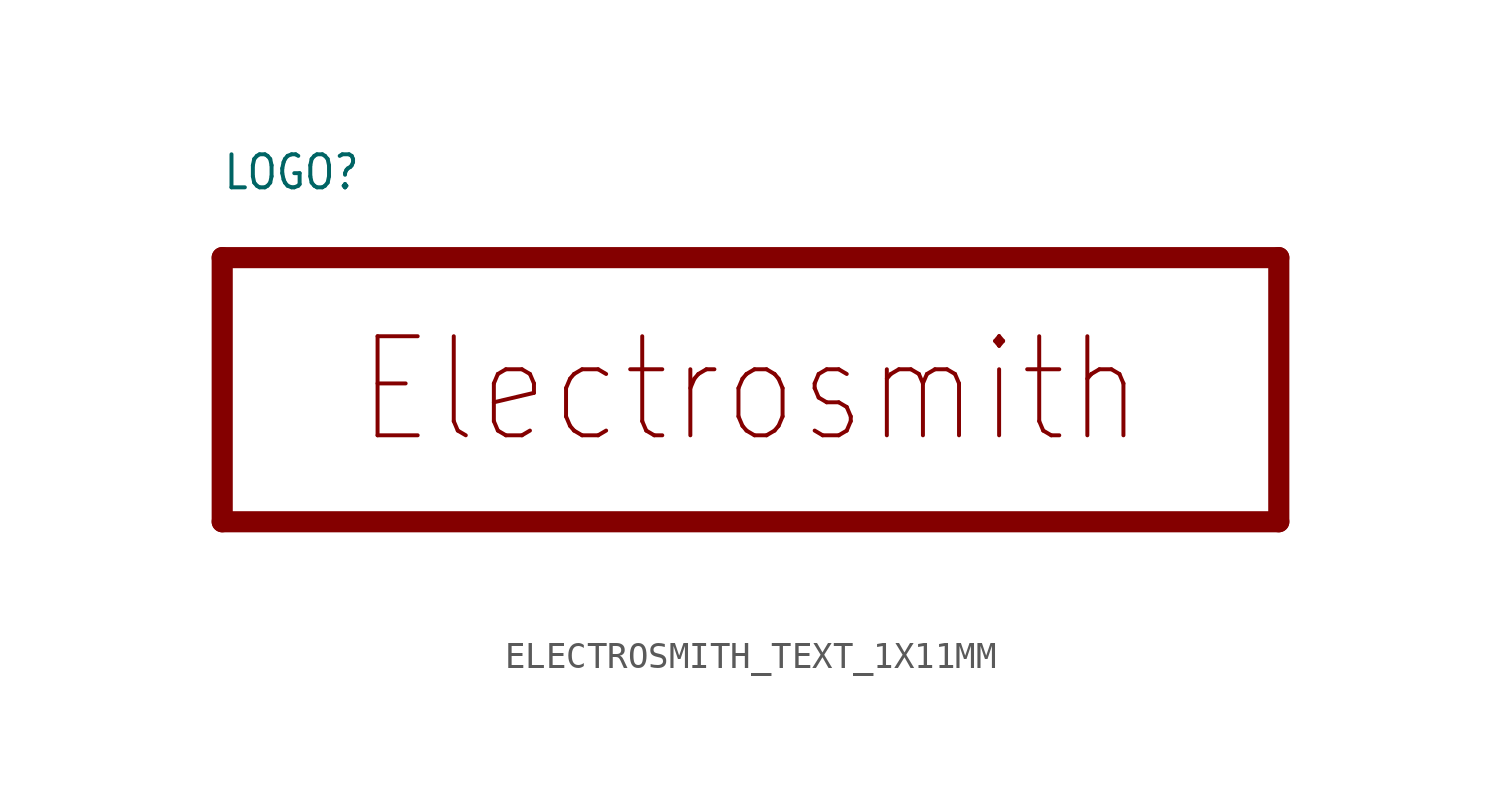
<source format=kicad_sym>
(kicad_symbol_lib
  (version 20231120)
  (generator "kicad_symbol_editor")
  (generator_version "8.0")
  (symbol "ELECTROSMITH_TEXT_1X11MM"
    (property "Reference" "LOGO"
      (at -20.32 7.62 0)
      (effects (font (size 1.27 1.079)) (justify left bottom)))
    (property "Value" ""
      (at -20.32 -7.62 0)
      (effects (font (size 1.27 1.079)) (justify left bottom)))
    (property "ki_locked" ""
      (at 0 0 0)
      (effects (font (size 1.27 1.27))))
    (symbol "ELECTROSMITH_TEXT_1X11MM_1_0"
      (polyline (pts (xy -20.32 -5.08) (xy -20.32 5.08)) (stroke (width 0.813) (type solid)) (fill (type none)))
      (polyline (pts (xy -20.32 5.08) (xy 20.32 5.08)) (stroke (width 0.813) (type solid)) (fill (type none)))
      (polyline (pts (xy 20.32 -5.08) (xy -20.32 -5.08)) (stroke (width 0.813) (type solid)) (fill (type none)))
      (polyline (pts (xy 20.32 5.08) (xy 20.32 -5.08)) (stroke (width 0.813) (type solid)) (fill (type none)))
      (text "Electrosmith" (at 0 0 0) (effects (font (size 3.81 3.239)))))))
</source>
